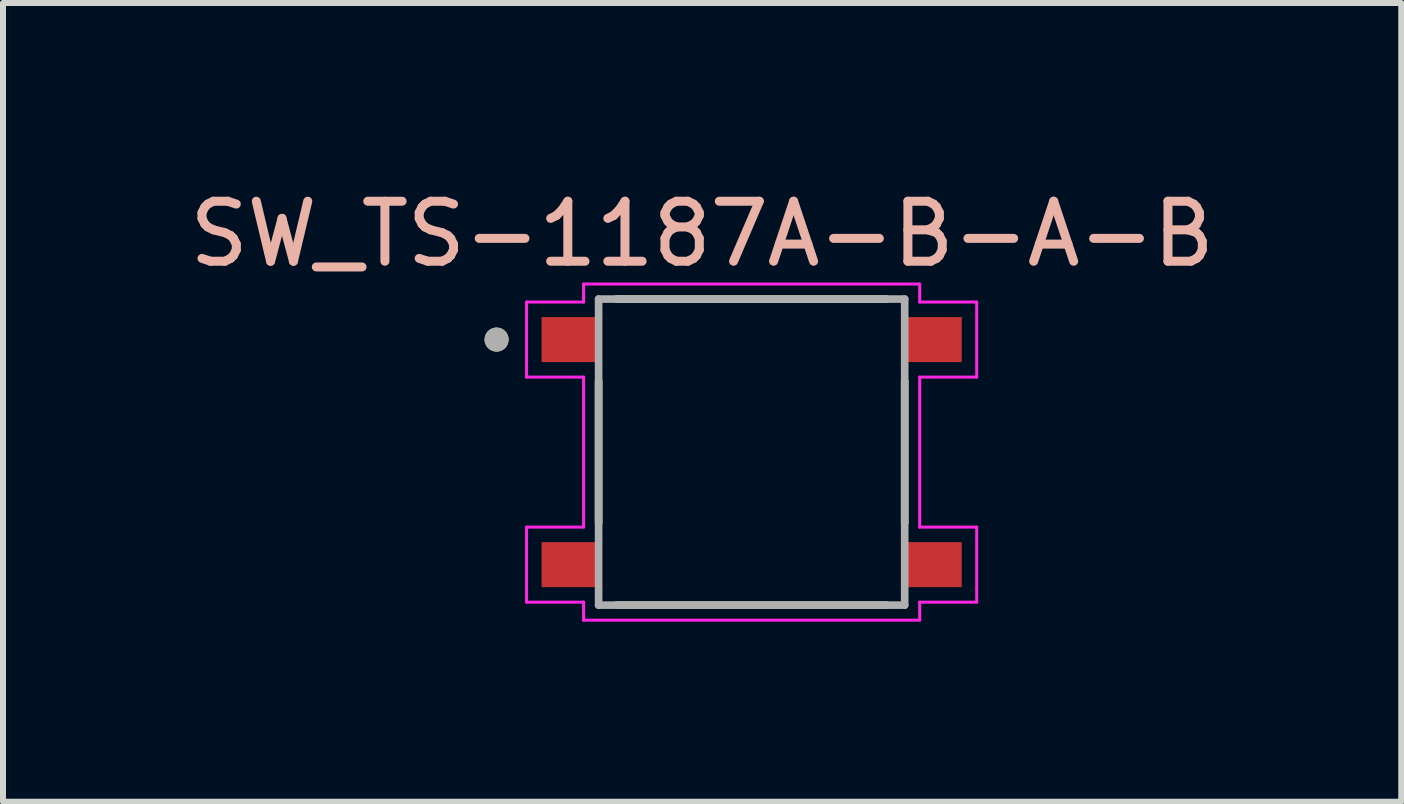
<source format=kicad_pcb>
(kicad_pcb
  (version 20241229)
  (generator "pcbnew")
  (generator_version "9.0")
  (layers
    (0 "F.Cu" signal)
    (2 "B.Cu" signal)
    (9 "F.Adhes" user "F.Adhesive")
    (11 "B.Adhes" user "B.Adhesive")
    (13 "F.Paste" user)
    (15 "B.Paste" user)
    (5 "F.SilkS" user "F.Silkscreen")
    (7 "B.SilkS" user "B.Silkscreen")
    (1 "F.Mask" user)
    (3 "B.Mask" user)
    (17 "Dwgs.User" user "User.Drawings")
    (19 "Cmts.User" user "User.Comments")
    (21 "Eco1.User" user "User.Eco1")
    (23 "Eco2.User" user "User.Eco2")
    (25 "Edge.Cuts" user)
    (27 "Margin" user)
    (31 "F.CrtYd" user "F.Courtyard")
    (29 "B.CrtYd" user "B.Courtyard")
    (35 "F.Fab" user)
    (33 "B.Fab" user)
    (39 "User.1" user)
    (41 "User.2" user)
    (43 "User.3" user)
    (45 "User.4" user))
  (footprint "SW_TS-1187A-B-A-B"
    (layer "F.Cu")
    (at 9.474 4.483)
    (property "Reference" "SW_TS-1187A-B-A-B" (at -0.825 -3.635 0) (layer "B.SilkS") (effects (font (size 1 1) (thickness 0.15))))
    (attr through_hole)
    (fp_line (start -2.55 -1.18) (end -2.55 1.18) (stroke (width 0.127) (type solid)) (layer "F.SilkS"))
    (fp_line (start 2.25 -2.55) (end -2.25 -2.55) (stroke (width 0.127) (type solid)) (layer "F.SilkS"))
    (fp_line (start 2.25 2.55) (end -2.25 2.55) (stroke (width 0.127) (type solid)) (layer "F.SilkS"))
    (fp_line (start 2.55 1.18) (end 2.55 -1.18) (stroke (width 0.127) (type solid)) (layer "F.SilkS"))
    (fp_circle (center -4.25 -1.875) (end -4.15 -1.875) (stroke (width 0.2) (type solid)) (fill no) (layer "F.SilkS"))
    (fp_line (start -3.75 -2.5) (end -3.75 -1.25) (stroke (width 0.05) (type solid)) (layer "F.CrtYd"))
    (fp_line (start -3.75 -2.5) (end -2.8 -2.5) (stroke (width 0.05) (type solid)) (layer "F.CrtYd"))
    (fp_line (start -3.75 -1.25) (end -2.8 -1.25) (stroke (width 0.05) (type solid)) (layer "F.CrtYd"))
    (fp_line (start -3.75 1.25) (end -2.8 1.25) (stroke (width 0.05) (type solid)) (layer "F.CrtYd"))
    (fp_line (start -3.75 2.5) (end -3.75 1.25) (stroke (width 0.05) (type solid)) (layer "F.CrtYd"))
    (fp_line (start -3.75 2.5) (end -2.8 2.5) (stroke (width 0.05) (type solid)) (layer "F.CrtYd"))
    (fp_line (start -2.8 -2.8) (end -2.8 -2.5) (stroke (width 0.05) (type solid)) (layer "F.CrtYd"))
    (fp_line (start -2.8 -1.25) (end -2.8 1.25) (stroke (width 0.05) (type solid)) (layer "F.CrtYd"))
    (fp_line (start -2.8 2.8) (end -2.8 2.5) (stroke (width 0.05) (type solid)) (layer "F.CrtYd"))
    (fp_line (start -2.8 2.8) (end 2.8 2.8) (stroke (width 0.05) (type solid)) (layer "F.CrtYd"))
    (fp_line (start 2.8 -2.8) (end -2.8 -2.8) (stroke (width 0.05) (type solid)) (layer "F.CrtYd"))
    (fp_line (start 2.8 -2.8) (end 2.8 -2.5) (stroke (width 0.05) (type solid)) (layer "F.CrtYd"))
    (fp_line (start 2.8 -1.25) (end 2.8 1.25) (stroke (width 0.05) (type solid)) (layer "F.CrtYd"))
    (fp_line (start 2.8 2.8) (end 2.8 2.5) (stroke (width 0.05) (type solid)) (layer "F.CrtYd"))
    (fp_line (start 3.75 -2.5) (end 2.8 -2.5) (stroke (width 0.05) (type solid)) (layer "F.CrtYd"))
    (fp_line (start 3.75 -2.5) (end 3.75 -1.25) (stroke (width 0.05) (type solid)) (layer "F.CrtYd"))
    (fp_line (start 3.75 -1.25) (end 2.8 -1.25) (stroke (width 0.05) (type solid)) (layer "F.CrtYd"))
    (fp_line (start 3.75 1.25) (end 2.8 1.25) (stroke (width 0.05) (type solid)) (layer "F.CrtYd"))
    (fp_line (start 3.75 2.5) (end 2.8 2.5) (stroke (width 0.05) (type solid)) (layer "F.CrtYd"))
    (fp_line (start 3.75 2.5) (end 3.75 1.25) (stroke (width 0.05) (type solid)) (layer "F.CrtYd"))
    (fp_line (start -2.55 -2.55) (end -2.55 2.55) (stroke (width 0.127) (type solid)) (layer "F.Fab"))
    (fp_line (start -2.55 2.55) (end 2.55 2.55) (stroke (width 0.127) (type solid)) (layer "F.Fab"))
    (fp_line (start 2.55 -2.55) (end -2.55 -2.55) (stroke (width 0.127) (type solid)) (layer "F.Fab"))
    (fp_line (start 2.55 2.55) (end 2.55 -2.55) (stroke (width 0.127) (type solid)) (layer "F.Fab"))
    (fp_circle (center -4.25 -1.875) (end -4.15 -1.875) (stroke (width 0.2) (type solid)) (fill no) (layer "F.Fab"))
    (pad "A" smd rect (at -3 -1.875) (size 1 0.75) (layers "F.Cu" "F.Mask" "F.Paste"))
    (pad "B" smd rect (at 3 -1.875) (size 1 0.75) (layers "F.Cu" "F.Mask" "F.Paste"))
    (pad "C" smd rect (at -3 1.875) (size 1 0.75) (layers "F.Cu" "F.Mask" "F.Paste"))
    (pad "D" smd rect (at 3 1.875) (size 1 0.75) (layers "F.Cu" "F.Mask" "F.Paste")))
  (gr_rect
    (start -3 -3)
    (end 20.298 10.308)
    (stroke (width 0.1) (type default))
    (fill no)
    (layer "Edge.Cuts")))
</source>
